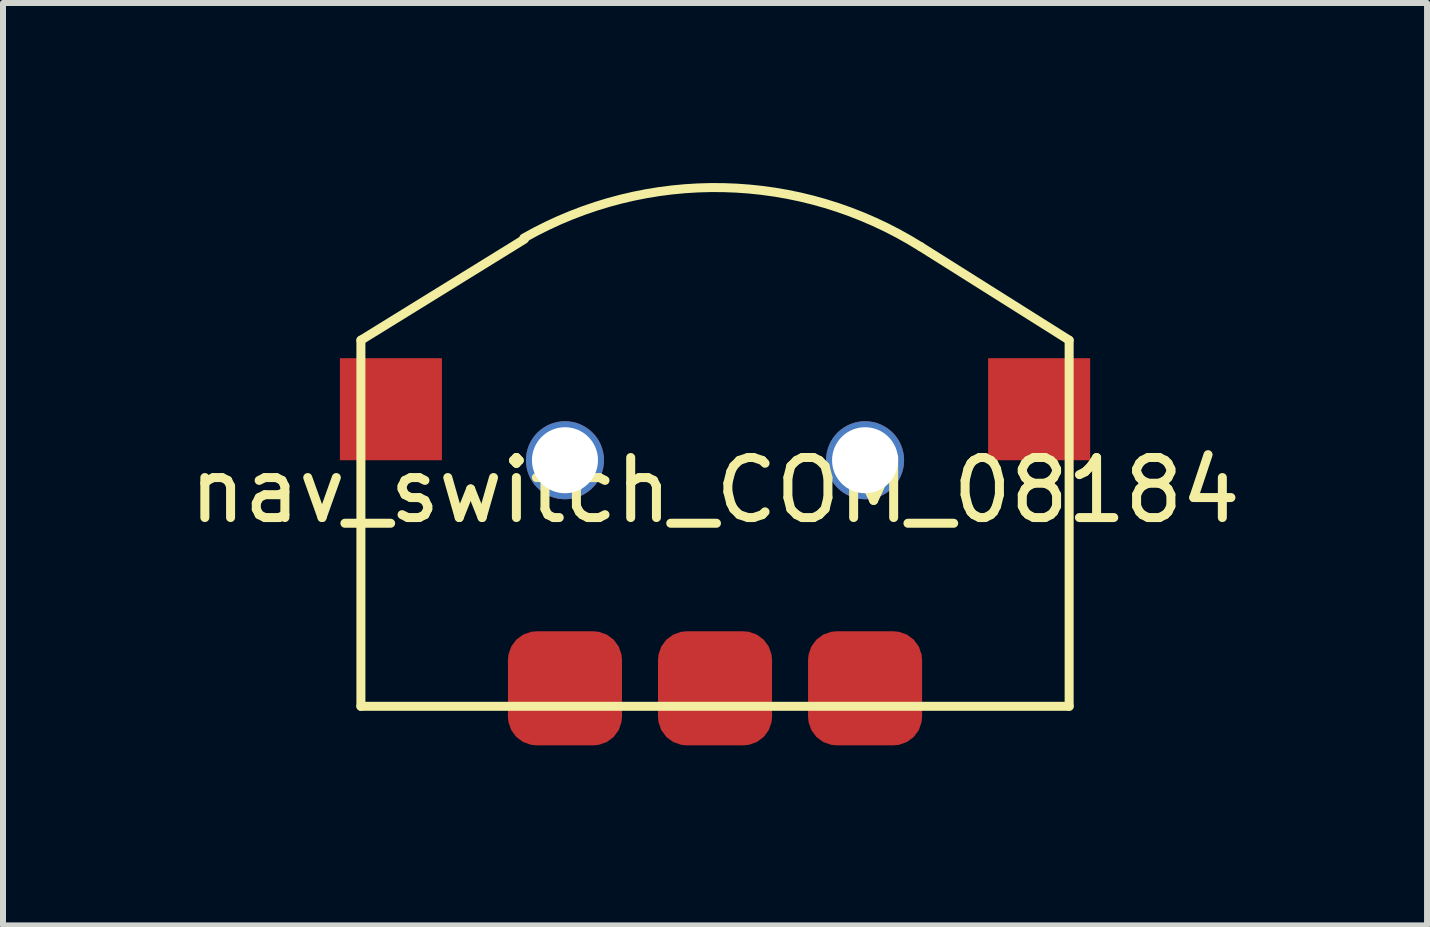
<source format=kicad_pcb>
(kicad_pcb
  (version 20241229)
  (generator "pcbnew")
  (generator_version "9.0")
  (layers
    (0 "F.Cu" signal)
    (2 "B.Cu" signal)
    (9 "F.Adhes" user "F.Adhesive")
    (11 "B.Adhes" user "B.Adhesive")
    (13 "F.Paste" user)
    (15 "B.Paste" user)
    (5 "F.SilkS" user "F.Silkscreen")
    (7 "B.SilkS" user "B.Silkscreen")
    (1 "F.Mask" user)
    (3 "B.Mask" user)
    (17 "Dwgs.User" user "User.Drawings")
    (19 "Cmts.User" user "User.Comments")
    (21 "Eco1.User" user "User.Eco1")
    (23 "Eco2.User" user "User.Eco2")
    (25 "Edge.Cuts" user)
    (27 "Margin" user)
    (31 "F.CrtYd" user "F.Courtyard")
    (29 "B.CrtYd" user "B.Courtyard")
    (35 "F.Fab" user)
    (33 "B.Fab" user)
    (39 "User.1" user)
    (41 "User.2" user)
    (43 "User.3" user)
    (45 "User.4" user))
  (footprint "nav_switch_COM_08184"
    (layer "F.Cu")
    (at 8.863 4.618)
    (property "Reference" "nav_switch_COM_08184" (at 0 0.5 0) (layer "F.SilkS") (effects (font (size 1 1) (thickness 0.15))))
    (attr through_hole)
    (fp_line (start -5.9 -2) (end -3.175 -3.683) (stroke (width 0.15) (type solid)) (layer "F.SilkS"))
    (fp_line (start -5.9 4.1) (end -5.9 -2) (stroke (width 0.15) (type solid)) (layer "F.SilkS"))
    (fp_line (start -5.9 4.1) (end 5.9 4.1) (stroke (width 0.15) (type solid)) (layer "F.SilkS"))
    (fp_line (start 5.9 -2) (end 3.429 -3.556) (stroke (width 0.15) (type solid)) (layer "F.SilkS"))
    (fp_line (start 5.9 4.1) (end 5.9 -2) (stroke (width 0.15) (type solid)) (layer "F.SilkS"))
    (fp_arc (start -3.18552 -3.701516) (mid 0.141825 -4.541739) (end 3.429 -3.556) (stroke (width 0.15) (type solid)) (layer "F.SilkS"))
    (pad "" np_thru_hole circle (at -2.5 0) (size 1.3 1.3) (drill 1.1) (layers "*.Cu" "*.Mask"))
    (pad "" np_thru_hole circle (at 2.5 0) (size 1.3 1.3) (drill 1.1) (layers "*.Cu" "*.Mask"))
    (pad "1" smd roundrect (at -2.5 3.8) (size 1.9 1.9) (layers "F.Cu" "F.Mask" "F.Paste") (roundrect_rratio 0.25))
    (pad "2" smd rect (at -5.4 -0.85) (size 1.7 1.7) (layers "F.Cu" "F.Mask" "F.Paste"))
    (pad "2" smd roundrect (at 0 3.8) (size 1.9 1.9) (layers "F.Cu" "F.Mask" "F.Paste") (roundrect_rratio 0.25))
    (pad "3" smd roundrect (at 2.5 3.8) (size 1.9 1.9) (layers "F.Cu" "F.Mask" "F.Paste") (roundrect_rratio 0.25))
    (pad "4" smd rect (at 5.4 -0.85) (size 1.7 1.7) (layers "F.Cu" "F.Mask" "F.Paste")))
  (gr_rect
    (start -3 -3)
    (end 20.726 12.368)
    (stroke (width 0.1) (type default))
    (fill no)
    (layer "Edge.Cuts")))
</source>
